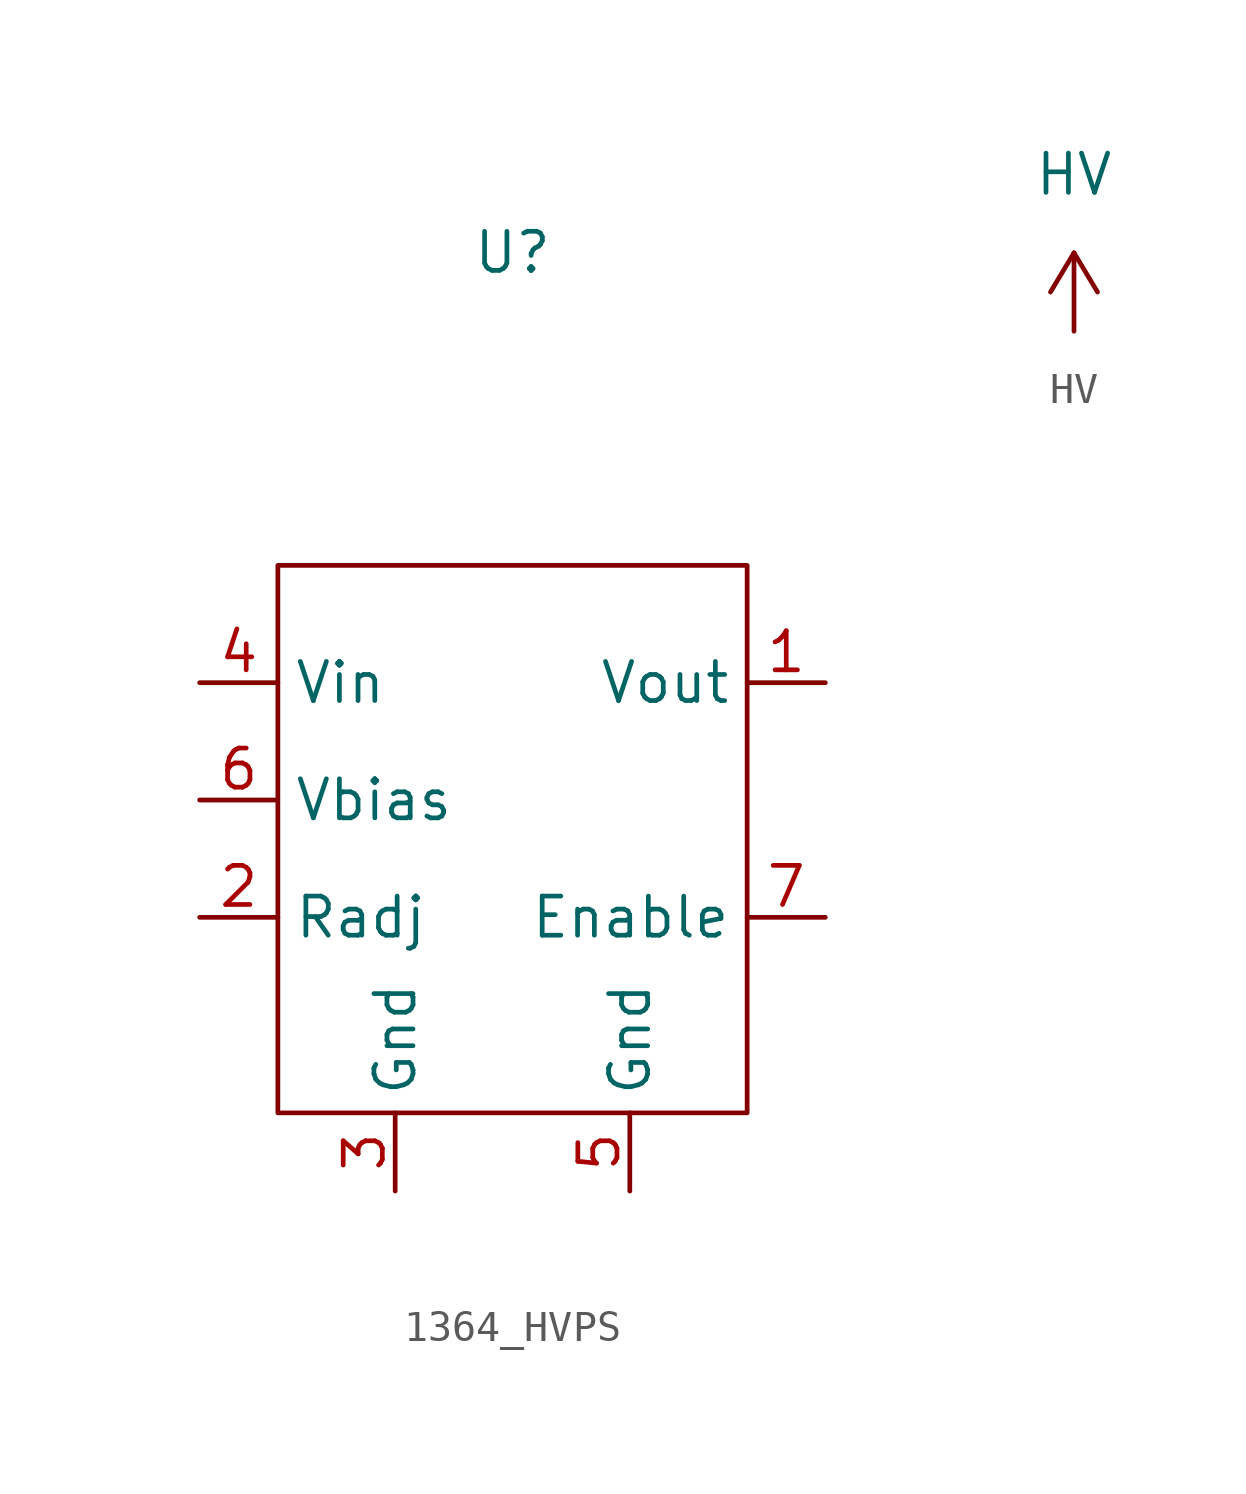
<source format=kicad_sym>
(kicad_symbol_lib
  (version 20220914)
  (generator kicad_symbol_editor)
  (symbol "1364_HVPS"
    (property "Reference" "U"
      (at 0 17.78 0)
      (effects (font (size 1.27 1.27))))
    (property "Value" ""
      (at 0 0 0)
      (effects (font (size 1.27 1.27))))
    (symbol "1364_HVPS_0_1"
      (rectangle (start -7.62 7.62) (end 7.62 -10.16) (stroke (width 0) (type default)) (fill (type none))))
    (symbol "1364_HVPS_1_1"
      (pin power_out line (at 10.16 3.81 180) (length 2.54) (name "Vout" (effects (font (size 1.27 1.27)))) (number "1" (effects (font (size 1.27 1.27)))))
      (pin input line (at -10.16 -3.81 0) (length 2.54) (name "Radj" (effects (font (size 1.27 1.27)))) (number "2" (effects (font (size 1.27 1.27)))))
      (pin power_in line (at -3.81 -12.7 90) (length 2.54) (name "Gnd" (effects (font (size 1.27 1.27)))) (number "3" (effects (font (size 1.27 1.27)))))
      (pin power_in line (at -10.16 3.81 0) (length 2.54) (name "Vin" (effects (font (size 1.27 1.27)))) (number "4" (effects (font (size 1.27 1.27)))))
      (pin power_in line (at 3.81 -12.7 90) (length 2.54) (name "Gnd" (effects (font (size 1.27 1.27)))) (number "5" (effects (font (size 1.27 1.27)))))
      (pin input line (at -10.16 0 0) (length 2.54) (name "Vbias" (effects (font (size 1.27 1.27)))) (number "6" (effects (font (size 1.27 1.27)))))
      (pin input line (at 10.16 -3.81 180) (length 2.54) (name "Enable" (effects (font (size 1.27 1.27)))) (number "7" (effects (font (size 1.27 1.27)))))))
  (symbol "HV"
    (power)
    (pin_names
      (offset 0))
    (property "Reference" "#PWR029"
      (at 0 -3.81 0)
      (effects (font (size 1.27 1.27)) hide))
    (property "Value" "HV"
      (at 0 5.08 0)
      (effects (font (size 1.27 1.27))))
    (symbol "HV_0_1"
      (polyline (pts (xy -0.762 1.27) (xy 0 2.54)) (stroke (width 0) (type default)) (fill (type none)))
      (polyline (pts (xy 0 0) (xy 0 2.54)) (stroke (width 0) (type default)) (fill (type none)))
      (polyline (pts (xy 0 2.54) (xy 0.762 1.27)) (stroke (width 0) (type default)) (fill (type none))))
    (symbol "HV_1_1"
      (pin power_in line (at 0 0 90) (length 0) hide (name "VDD" (effects (font (size 1.27 1.27)))) (number "1" (effects (font (size 1.27 1.27))))))))
</source>
